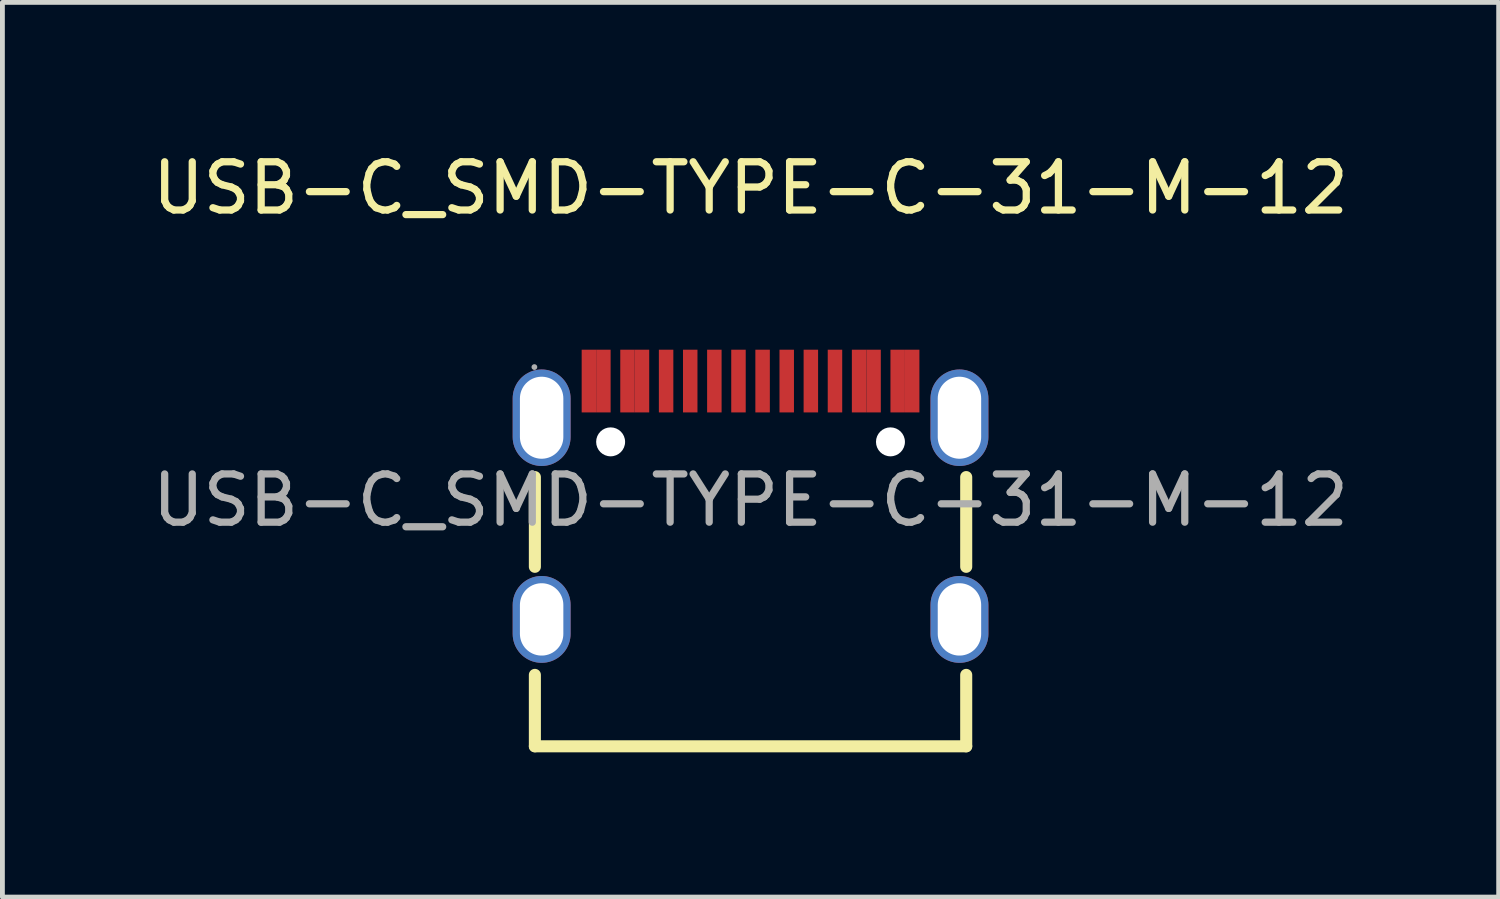
<source format=kicad_pcb>
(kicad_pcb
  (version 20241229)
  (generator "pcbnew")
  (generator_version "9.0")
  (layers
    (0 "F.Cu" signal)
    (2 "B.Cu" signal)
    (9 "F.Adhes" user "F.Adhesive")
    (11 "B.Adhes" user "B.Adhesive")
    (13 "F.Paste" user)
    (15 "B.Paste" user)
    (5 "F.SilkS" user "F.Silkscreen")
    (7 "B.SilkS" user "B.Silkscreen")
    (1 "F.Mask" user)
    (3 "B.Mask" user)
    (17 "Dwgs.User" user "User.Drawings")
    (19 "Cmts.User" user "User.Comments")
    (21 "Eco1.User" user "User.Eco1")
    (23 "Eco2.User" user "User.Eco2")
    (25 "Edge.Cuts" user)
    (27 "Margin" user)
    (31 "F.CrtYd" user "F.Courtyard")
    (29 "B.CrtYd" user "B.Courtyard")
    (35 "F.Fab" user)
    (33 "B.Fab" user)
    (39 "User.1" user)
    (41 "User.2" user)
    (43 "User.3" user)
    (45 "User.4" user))
  (footprint "USB-C_SMD-TYPE-C-31-M-12"
    (layer "F.Cu")
    (at 12.506 7.318)
    (property "Reference" "USB-C_SMD-TYPE-C-31-M-12" (at 0 -6.47 0) (layer "F.SilkS") (effects (font (size 1 1) (thickness 0.15))))
    (attr smd)
    (fp_line (start -4.47 1.38) (end -4.47 -0.48) (stroke (width 0.25) (type solid)) (layer "F.SilkS"))
    (fp_line (start -4.47 5.1) (end -4.47 3.62) (stroke (width 0.25) (type solid)) (layer "F.SilkS"))
    (fp_line (start 4.47 1.38) (end 4.47 -0.48) (stroke (width 0.25) (type solid)) (layer "F.SilkS"))
    (fp_line (start 4.47 5.1) (end -4.47 5.1) (stroke (width 0.25) (type solid)) (layer "F.SilkS"))
    (fp_line (start 4.47 5.1) (end 4.47 3.62) (stroke (width 0.25) (type solid)) (layer "F.SilkS"))
    (fp_circle (center -4.48 -2.76) (end -4.45 -2.76) (stroke (width 0.06) (type solid)) (fill no) (layer "F.Fab"))
    (fp_text user "${REFERENCE}" (at 0 0 0) (layer "F.Fab") (effects (font (size 1 1) (thickness 0.15))))
    (pad "" np_thru_hole circle (at -2.9 -1.21) (size 0.6 0.6) (drill 0.6) (layers "*.Cu" "*.Mask"))
    (pad "" np_thru_hole circle (at 2.9 -1.21) (size 0.6 0.6) (drill 0.6) (layers "*.Cu" "*.Mask"))
    (pad "0" thru_hole oval (at -4.33 -1.71) (size 1.2 2) (drill oval 0.9 1.7) (layers "*.Cu" "*.Paste" "*.Mask"))
    (pad "1" thru_hole oval (at 4.33 -1.71) (size 1.2 2) (drill oval 0.9 1.7) (layers "*.Cu" "*.Paste" "*.Mask"))
    (pad "2" thru_hole oval (at 4.33 2.47) (size 1.2 1.8) (drill oval 0.9 1.5) (layers "*.Cu" "*.Paste" "*.Mask"))
    (pad "3" thru_hole oval (at -4.33 2.47) (size 1.2 1.8) (drill oval 0.9 1.5) (layers "*.Cu" "*.Paste" "*.Mask"))
    (pad "A1" smd rect (at -3.35 -2.47) (size 0.3 1.3) (layers "F.Cu" "F.Mask" "F.Paste"))
    (pad "A4" smd rect (at -2.55 -2.47) (size 0.3 1.3) (layers "F.Cu" "F.Mask" "F.Paste"))
    (pad "A5" smd rect (at -1.25 -2.47) (size 0.3 1.3) (layers "F.Cu" "F.Mask" "F.Paste"))
    (pad "A6" smd rect (at -0.25 -2.47) (size 0.3 1.3) (layers "F.Cu" "F.Mask" "F.Paste"))
    (pad "A7" smd rect (at 0.25 -2.47) (size 0.3 1.3) (layers "F.Cu" "F.Mask" "F.Paste"))
    (pad "A8" smd rect (at 1.25 -2.47) (size 0.3 1.3) (layers "F.Cu" "F.Mask" "F.Paste"))
    (pad "A9" smd rect (at 2.55 -2.47) (size 0.3 1.3) (layers "F.Cu" "F.Mask" "F.Paste"))
    (pad "A12" smd rect (at 3.35 -2.47) (size 0.3 1.3) (layers "F.Cu" "F.Mask" "F.Paste"))
    (pad "B1" smd rect (at 3.05 -2.47) (size 0.3 1.3) (layers "F.Cu" "F.Mask" "F.Paste"))
    (pad "B4" smd rect (at 2.25 -2.47) (size 0.3 1.3) (layers "F.Cu" "F.Mask" "F.Paste"))
    (pad "B5" smd rect (at 1.75 -2.47) (size 0.3 1.3) (layers "F.Cu" "F.Mask" "F.Paste"))
    (pad "B6" smd rect (at 0.75 -2.47) (size 0.3 1.3) (layers "F.Cu" "F.Mask" "F.Paste"))
    (pad "B7" smd rect (at -0.75 -2.47) (size 0.3 1.3) (layers "F.Cu" "F.Mask" "F.Paste"))
    (pad "B8" smd rect (at -1.75 -2.47) (size 0.3 1.3) (layers "F.Cu" "F.Mask" "F.Paste"))
    (pad "B9" smd rect (at -2.25 -2.47) (size 0.3 1.3) (layers "F.Cu" "F.Mask" "F.Paste"))
    (pad "B12" smd rect (at -3.05 -2.47) (size 0.3 1.3) (layers "F.Cu" "F.Mask" "F.Paste")))
  (gr_rect
    (start -3 -3)
    (end 28.012 15.543)
    (stroke (width 0.1) (type default))
    (fill no)
    (layer "Edge.Cuts")))
</source>
